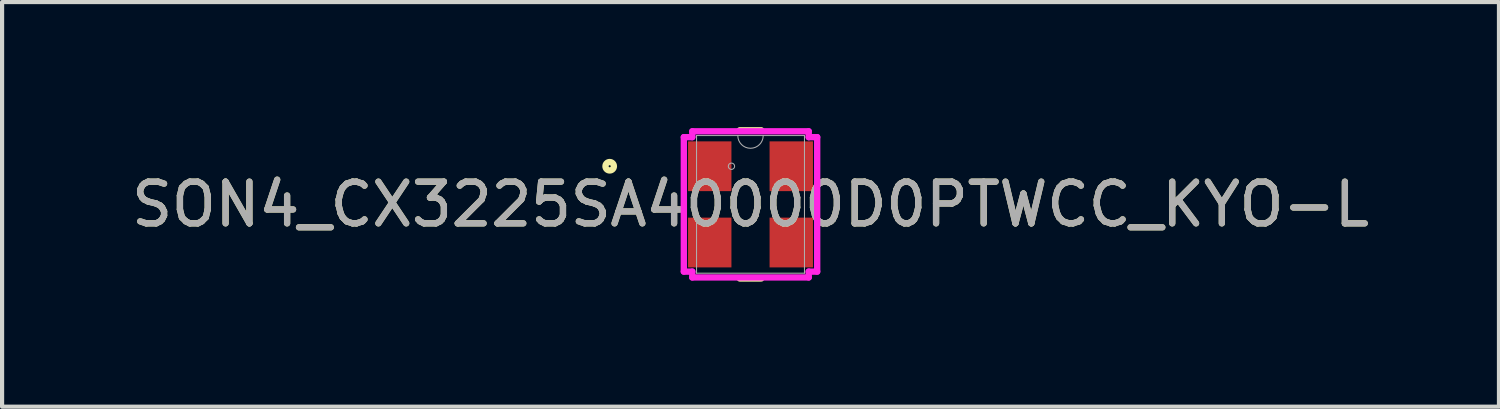
<source format=kicad_pcb>
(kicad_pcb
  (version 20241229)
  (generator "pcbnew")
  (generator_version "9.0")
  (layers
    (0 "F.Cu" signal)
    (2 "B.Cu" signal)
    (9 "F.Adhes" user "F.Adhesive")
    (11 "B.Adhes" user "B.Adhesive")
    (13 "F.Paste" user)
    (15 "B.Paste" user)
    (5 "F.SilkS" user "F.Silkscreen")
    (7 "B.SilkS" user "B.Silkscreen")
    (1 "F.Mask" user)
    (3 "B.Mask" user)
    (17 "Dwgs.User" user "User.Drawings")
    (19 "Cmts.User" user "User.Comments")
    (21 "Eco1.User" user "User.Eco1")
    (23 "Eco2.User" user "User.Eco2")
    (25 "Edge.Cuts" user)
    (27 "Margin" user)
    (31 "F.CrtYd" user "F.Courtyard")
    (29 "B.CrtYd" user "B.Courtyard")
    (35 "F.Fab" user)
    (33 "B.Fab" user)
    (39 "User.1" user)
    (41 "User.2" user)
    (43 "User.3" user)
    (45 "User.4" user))
  (footprint "SON4_CX3225SA40000D0PTWCC_KYO-L"
    (layer "F.Cu")
    (at 14.958 1.854)
    (property "Reference" "SON4_CX3225SA40000D0PTWCC_KYO-L" (at 0 0 0) (unlocked yes) (layer "F.SilkS") (effects (font (size 1 1) (thickness 0.15))))
    (attr smd)
    (fp_line (start -0.257 1.778) (end 0.257 1.778) (stroke (width 0.152) (type solid)) (layer "F.SilkS"))
    (fp_line (start 0.257 -1.778) (end -0.257 -1.778) (stroke (width 0.152) (type solid)) (layer "F.SilkS"))
    (fp_circle (center -3.379 -0.915) (end -3.278 -0.915) (stroke (width 0.152) (type solid)) (fill no) (layer "F.SilkS"))
    (fp_line (start -1.6 -1.613) (end -1.397 -1.613) (stroke (width 0.152) (type solid)) (layer "F.CrtYd"))
    (fp_line (start -1.6 1.613) (end -1.6 -1.613) (stroke (width 0.152) (type solid)) (layer "F.CrtYd"))
    (fp_line (start -1.6 1.613) (end -1.397 1.613) (stroke (width 0.152) (type solid)) (layer "F.CrtYd"))
    (fp_line (start -1.397 -1.753) (end 1.397 -1.753) (stroke (width 0.152) (type solid)) (layer "F.CrtYd"))
    (fp_line (start -1.397 -1.613) (end -1.397 -1.753) (stroke (width 0.152) (type solid)) (layer "F.CrtYd"))
    (fp_line (start -1.397 1.753) (end -1.397 1.613) (stroke (width 0.152) (type solid)) (layer "F.CrtYd"))
    (fp_line (start 1.397 -1.753) (end 1.397 -1.613) (stroke (width 0.152) (type solid)) (layer "F.CrtYd"))
    (fp_line (start 1.397 1.613) (end 1.397 1.753) (stroke (width 0.152) (type solid)) (layer "F.CrtYd"))
    (fp_line (start 1.397 1.753) (end -1.397 1.753) (stroke (width 0.152) (type solid)) (layer "F.CrtYd"))
    (fp_line (start 1.6 -1.613) (end 1.397 -1.613) (stroke (width 0.152) (type solid)) (layer "F.CrtYd"))
    (fp_line (start 1.6 -1.613) (end 1.6 1.613) (stroke (width 0.152) (type solid)) (layer "F.CrtYd"))
    (fp_line (start 1.6 1.613) (end 1.397 1.613) (stroke (width 0.152) (type solid)) (layer "F.CrtYd"))
    (fp_line (start -1.295 -1.651) (end -1.295 1.651) (stroke (width 0.025) (type solid)) (layer "F.Fab"))
    (fp_line (start -1.295 1.651) (end 1.295 1.651) (stroke (width 0.025) (type solid)) (layer "F.Fab"))
    (fp_line (start 1.295 -1.651) (end -1.295 -1.651) (stroke (width 0.025) (type solid)) (layer "F.Fab"))
    (fp_line (start 1.295 1.651) (end 1.295 -1.651) (stroke (width 0.025) (type solid)) (layer "F.Fab"))
    (fp_arc (start 0.3048 -1.651) (mid 0 -1.3462) (end -0.3048 -1.651) (stroke (width 0.0254) (type solid)) (layer "F.Fab"))
    (fp_circle (center -0.457 -0.915) (end -0.381 -0.915) (stroke (width 0.025) (type solid)) (fill no) (layer "F.Fab"))
    (fp_text user "${REFERENCE}" (at 0 0 0) (unlocked yes) (layer "F.Fab") (effects (font (size 1 1) (thickness 0.15))))
    (pad "1" smd rect (at -0.978 -0.915) (size 1.041 1.194) (layers "F.Cu" "F.Mask" "F.Paste"))
    (pad "2" smd rect (at -0.978 0.915) (size 1.041 1.194) (layers "F.Cu" "F.Mask" "F.Paste"))
    (pad "3" smd rect (at 0.978 0.915) (size 1.041 1.194) (layers "F.Cu" "F.Mask" "F.Paste"))
    (pad "4" smd rect (at 0.978 -0.915) (size 1.041 1.194) (layers "F.Cu" "F.Mask" "F.Paste")))
  (gr_rect
    (start -3 -3)
    (end 32.917 6.708)
    (stroke (width 0.1) (type default))
    (fill no)
    (layer "Edge.Cuts")))
</source>
